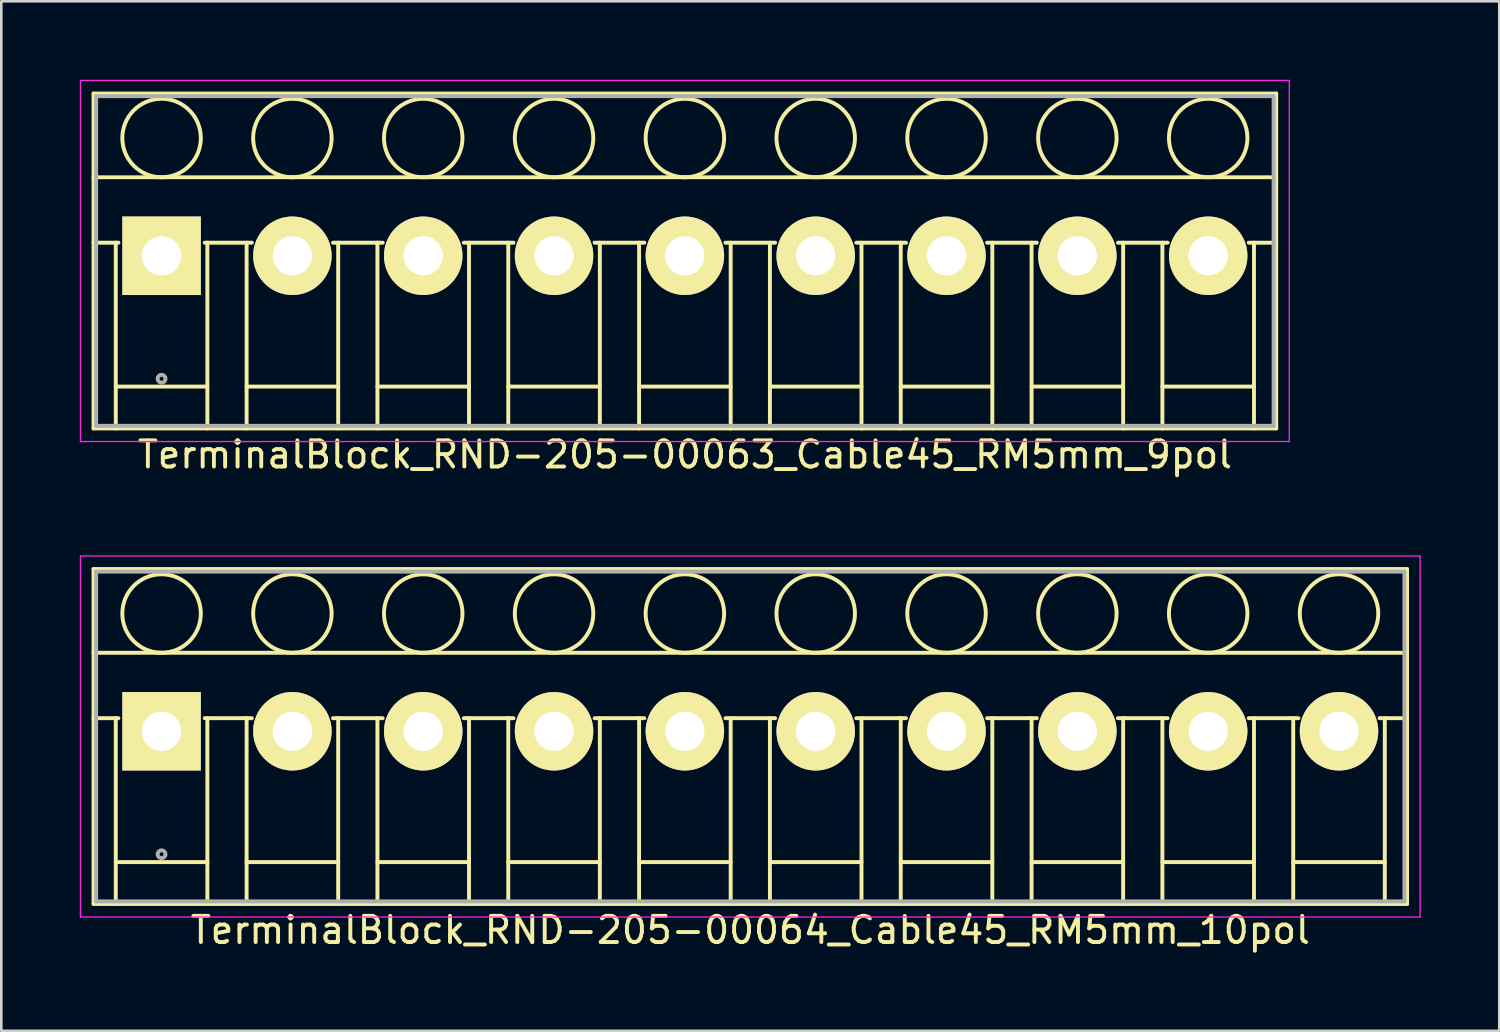
<source format=kicad_pcb>
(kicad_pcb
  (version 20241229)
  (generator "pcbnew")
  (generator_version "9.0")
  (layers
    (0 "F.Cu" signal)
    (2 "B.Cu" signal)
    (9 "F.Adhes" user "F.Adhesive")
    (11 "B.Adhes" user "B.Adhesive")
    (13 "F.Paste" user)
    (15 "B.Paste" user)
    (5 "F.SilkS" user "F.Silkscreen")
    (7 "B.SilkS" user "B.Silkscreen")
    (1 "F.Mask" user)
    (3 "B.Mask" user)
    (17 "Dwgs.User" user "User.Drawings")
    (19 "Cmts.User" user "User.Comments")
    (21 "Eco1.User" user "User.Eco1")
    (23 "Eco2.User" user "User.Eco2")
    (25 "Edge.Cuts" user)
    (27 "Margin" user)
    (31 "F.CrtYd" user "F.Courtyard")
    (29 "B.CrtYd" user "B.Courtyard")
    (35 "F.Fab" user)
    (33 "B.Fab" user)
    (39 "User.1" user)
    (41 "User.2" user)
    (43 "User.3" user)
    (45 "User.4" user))
  (footprint "TerminalBlock_RND-205-00063_Cable45_RM5mm_9pol"
    (layer "F.Cu")
    (at 3.125 6.725)
    (property "Reference" "TerminalBlock_RND-205-00063_Cable45_RM5mm_9pol" (at 20 7.6 0) (layer "F.SilkS") (effects (font (size 1 1) (thickness 0.15))))
    (attr through_hole)
    (fp_line (start -2.6 -6.2) (end 42.6 -6.2) (stroke (width 0.15) (type solid)) (layer "F.SilkS"))
    (fp_line (start -2.6 -3) (end 42.6 -3) (stroke (width 0.15) (type solid)) (layer "F.SilkS"))
    (fp_line (start -2.6 -0.5) (end -1.65 -0.5) (stroke (width 0.15) (type solid)) (layer "F.SilkS"))
    (fp_line (start -2.6 6.6) (end -2.6 -6.2) (stroke (width 0.15) (type solid)) (layer "F.SilkS"))
    (fp_line (start -1.75 -0.5) (end -1.75 6.6) (stroke (width 0.15) (type solid)) (layer "F.SilkS"))
    (fp_line (start -1.75 5) (end 1.75 5) (stroke (width 0.15) (type solid)) (layer "F.SilkS"))
    (fp_line (start 1.65 -0.5) (end 3.45 -0.5) (stroke (width 0.15) (type solid)) (layer "F.SilkS"))
    (fp_line (start 1.75 6.6) (end 1.75 -0.5) (stroke (width 0.15) (type solid)) (layer "F.SilkS"))
    (fp_line (start 3.25 -0.5) (end 3.25 6.6) (stroke (width 0.15) (type solid)) (layer "F.SilkS"))
    (fp_line (start 3.25 5) (end 6.75 5) (stroke (width 0.15) (type solid)) (layer "F.SilkS"))
    (fp_line (start 6.55 -0.5) (end 8.45 -0.5) (stroke (width 0.15) (type solid)) (layer "F.SilkS"))
    (fp_line (start 6.75 6.6) (end 6.75 -0.5) (stroke (width 0.15) (type solid)) (layer "F.SilkS"))
    (fp_line (start 8.25 -0.5) (end 8.25 6.6) (stroke (width 0.15) (type solid)) (layer "F.SilkS"))
    (fp_line (start 8.25 5) (end 11.75 5) (stroke (width 0.15) (type solid)) (layer "F.SilkS"))
    (fp_line (start 11.55 -0.5) (end 13.45 -0.5) (stroke (width 0.15) (type solid)) (layer "F.SilkS"))
    (fp_line (start 11.75 6.6) (end 11.75 -0.5) (stroke (width 0.15) (type solid)) (layer "F.SilkS"))
    (fp_line (start 13.25 -0.5) (end 13.25 6.6) (stroke (width 0.15) (type solid)) (layer "F.SilkS"))
    (fp_line (start 13.25 5) (end 16.75 5) (stroke (width 0.15) (type solid)) (layer "F.SilkS"))
    (fp_line (start 16.55 -0.5) (end 18.45 -0.5) (stroke (width 0.15) (type solid)) (layer "F.SilkS"))
    (fp_line (start 16.75 6.6) (end 16.75 -0.5) (stroke (width 0.15) (type solid)) (layer "F.SilkS"))
    (fp_line (start 18.25 -0.5) (end 18.25 6.6) (stroke (width 0.15) (type solid)) (layer "F.SilkS"))
    (fp_line (start 18.25 5) (end 21.75 5) (stroke (width 0.15) (type solid)) (layer "F.SilkS"))
    (fp_line (start 21.55 -0.5) (end 23.45 -0.5) (stroke (width 0.15) (type solid)) (layer "F.SilkS"))
    (fp_line (start 21.75 6.6) (end 21.75 -0.5) (stroke (width 0.15) (type solid)) (layer "F.SilkS"))
    (fp_line (start 23.25 -0.5) (end 23.25 6.6) (stroke (width 0.15) (type solid)) (layer "F.SilkS"))
    (fp_line (start 23.25 5) (end 26.75 5) (stroke (width 0.15) (type solid)) (layer "F.SilkS"))
    (fp_line (start 26.55 -0.5) (end 28.45 -0.5) (stroke (width 0.15) (type solid)) (layer "F.SilkS"))
    (fp_line (start 26.75 6.6) (end 26.75 -0.5) (stroke (width 0.15) (type solid)) (layer "F.SilkS"))
    (fp_line (start 28.25 -0.5) (end 28.25 6.6) (stroke (width 0.15) (type solid)) (layer "F.SilkS"))
    (fp_line (start 28.25 5) (end 31.75 5) (stroke (width 0.15) (type solid)) (layer "F.SilkS"))
    (fp_line (start 31.55 -0.5) (end 33.45 -0.5) (stroke (width 0.15) (type solid)) (layer "F.SilkS"))
    (fp_line (start 31.75 6.6) (end 31.75 -0.5) (stroke (width 0.15) (type solid)) (layer "F.SilkS"))
    (fp_line (start 33.25 -0.5) (end 33.25 6.6) (stroke (width 0.15) (type solid)) (layer "F.SilkS"))
    (fp_line (start 33.25 5) (end 36.75 5) (stroke (width 0.15) (type solid)) (layer "F.SilkS"))
    (fp_line (start 36.55 -0.5) (end 38.45 -0.5) (stroke (width 0.15) (type solid)) (layer "F.SilkS"))
    (fp_line (start 36.75 6.6) (end 36.75 -0.5) (stroke (width 0.15) (type solid)) (layer "F.SilkS"))
    (fp_line (start 38.25 -0.5) (end 38.25 6.6) (stroke (width 0.15) (type solid)) (layer "F.SilkS"))
    (fp_line (start 38.25 5) (end 41.75 5) (stroke (width 0.15) (type solid)) (layer "F.SilkS"))
    (fp_line (start 41.55 -0.5) (end 42.6 -0.5) (stroke (width 0.15) (type solid)) (layer "F.SilkS"))
    (fp_line (start 41.75 6.6) (end 41.75 -0.5) (stroke (width 0.15) (type solid)) (layer "F.SilkS"))
    (fp_line (start 42.6 -6.2) (end 42.6 6.6) (stroke (width 0.15) (type solid)) (layer "F.SilkS"))
    (fp_line (start 42.6 6.6) (end -2.6 6.6) (stroke (width 0.15) (type solid)) (layer "F.SilkS"))
    (fp_circle (center 0 -4.5) (end -1.5 -4.5) (stroke (width 0.15) (type solid)) (fill no) (layer "F.SilkS"))
    (fp_circle (center 5 -4.5) (end 3.5 -4.5) (stroke (width 0.15) (type solid)) (fill no) (layer "F.SilkS"))
    (fp_circle (center 10 -4.5) (end 8.5 -4.5) (stroke (width 0.15) (type solid)) (fill no) (layer "F.SilkS"))
    (fp_circle (center 15 -4.5) (end 13.5 -4.5) (stroke (width 0.15) (type solid)) (fill no) (layer "F.SilkS"))
    (fp_circle (center 20 -4.5) (end 18.5 -4.5) (stroke (width 0.15) (type solid)) (fill no) (layer "F.SilkS"))
    (fp_circle (center 25 -4.5) (end 23.5 -4.5) (stroke (width 0.15) (type solid)) (fill no) (layer "F.SilkS"))
    (fp_circle (center 30 -4.5) (end 28.5 -4.5) (stroke (width 0.15) (type solid)) (fill no) (layer "F.SilkS"))
    (fp_circle (center 35 -4.5) (end 33.5 -4.5) (stroke (width 0.15) (type solid)) (fill no) (layer "F.SilkS"))
    (fp_circle (center 40 -4.5) (end 38.5 -4.5) (stroke (width 0.15) (type solid)) (fill no) (layer "F.SilkS"))
    (fp_line (start -3.1 -6.7) (end 43.1 -6.7) (stroke (width 0.05) (type solid)) (layer "F.CrtYd"))
    (fp_line (start -3.1 7.1) (end -3.1 -6.7) (stroke (width 0.05) (type solid)) (layer "F.CrtYd"))
    (fp_line (start 43.1 -6.7) (end 43.1 7.1) (stroke (width 0.05) (type solid)) (layer "F.CrtYd"))
    (fp_line (start 43.1 7.1) (end -3.1 7.1) (stroke (width 0.05) (type solid)) (layer "F.CrtYd"))
    (fp_line (start -2.5 -6.1) (end 42.5 -6.1) (stroke (width 0.15) (type solid)) (layer "F.Fab"))
    (fp_line (start -2.5 6.5) (end -2.5 -6.1) (stroke (width 0.15) (type solid)) (layer "F.Fab"))
    (fp_line (start 42.5 -6.1) (end 42.5 6.5) (stroke (width 0.15) (type solid)) (layer "F.Fab"))
    (fp_line (start 42.5 6.5) (end -2.5 6.5) (stroke (width 0.15) (type solid)) (layer "F.Fab"))
    (fp_circle (center 0 4.7) (end -0.15 4.7) (stroke (width 0.15) (type solid)) (fill no) (layer "F.Fab"))
    (pad "1" thru_hole rect (at 0 0) (size 3 3) (drill 1.5) (layers "*.Cu" "*.Mask" "F.SilkS"))
    (pad "2" thru_hole circle (at 5 0) (size 3 3) (drill 1.5) (layers "*.Cu" "*.Mask" "F.SilkS"))
    (pad "3" thru_hole circle (at 10 0) (size 3 3) (drill 1.5) (layers "*.Cu" "*.Mask" "F.SilkS"))
    (pad "4" thru_hole circle (at 15 0) (size 3 3) (drill 1.5) (layers "*.Cu" "*.Mask" "F.SilkS"))
    (pad "5" thru_hole circle (at 20 0) (size 3 3) (drill 1.5) (layers "*.Cu" "*.Mask" "F.SilkS"))
    (pad "6" thru_hole circle (at 25 0) (size 3 3) (drill 1.5) (layers "*.Cu" "*.Mask" "F.SilkS"))
    (pad "7" thru_hole circle (at 30 0) (size 3 3) (drill 1.5) (layers "*.Cu" "*.Mask" "F.SilkS"))
    (pad "8" thru_hole circle (at 35 0) (size 3 3) (drill 1.5) (layers "*.Cu" "*.Mask" "F.SilkS"))
    (pad "9" thru_hole circle (at 40 0) (size 3 3) (drill 1.5) (layers "*.Cu" "*.Mask" "F.SilkS")))
  (footprint "TerminalBlock_RND-205-00064_Cable45_RM5mm_10pol"
    (layer "F.Cu")
    (at 3.125 24.898)
    (property "Reference" "TerminalBlock_RND-205-00064_Cable45_RM5mm_10pol" (at 22.5 7.6 0) (layer "F.SilkS") (effects (font (size 1 1) (thickness 0.15))))
    (attr through_hole)
    (fp_line (start -2.6 -6.2) (end 47.6 -6.2) (stroke (width 0.15) (type solid)) (layer "F.SilkS"))
    (fp_line (start -2.6 -3) (end 47.6 -3) (stroke (width 0.15) (type solid)) (layer "F.SilkS"))
    (fp_line (start -2.6 -0.5) (end -1.65 -0.5) (stroke (width 0.15) (type solid)) (layer "F.SilkS"))
    (fp_line (start -2.6 6.6) (end -2.6 -6.2) (stroke (width 0.15) (type solid)) (layer "F.SilkS"))
    (fp_line (start -1.75 -0.5) (end -1.75 6.6) (stroke (width 0.15) (type solid)) (layer "F.SilkS"))
    (fp_line (start -1.75 5) (end 1.75 5) (stroke (width 0.15) (type solid)) (layer "F.SilkS"))
    (fp_line (start 1.65 -0.5) (end 3.45 -0.5) (stroke (width 0.15) (type solid)) (layer "F.SilkS"))
    (fp_line (start 1.75 6.6) (end 1.75 -0.5) (stroke (width 0.15) (type solid)) (layer "F.SilkS"))
    (fp_line (start 3.25 -0.5) (end 3.25 6.6) (stroke (width 0.15) (type solid)) (layer "F.SilkS"))
    (fp_line (start 3.25 5) (end 6.75 5) (stroke (width 0.15) (type solid)) (layer "F.SilkS"))
    (fp_line (start 6.55 -0.5) (end 8.45 -0.5) (stroke (width 0.15) (type solid)) (layer "F.SilkS"))
    (fp_line (start 6.75 6.6) (end 6.75 -0.5) (stroke (width 0.15) (type solid)) (layer "F.SilkS"))
    (fp_line (start 8.25 -0.5) (end 8.25 6.6) (stroke (width 0.15) (type solid)) (layer "F.SilkS"))
    (fp_line (start 8.25 5) (end 11.75 5) (stroke (width 0.15) (type solid)) (layer "F.SilkS"))
    (fp_line (start 11.55 -0.5) (end 13.45 -0.5) (stroke (width 0.15) (type solid)) (layer "F.SilkS"))
    (fp_line (start 11.75 6.6) (end 11.75 -0.5) (stroke (width 0.15) (type solid)) (layer "F.SilkS"))
    (fp_line (start 13.25 -0.5) (end 13.25 6.6) (stroke (width 0.15) (type solid)) (layer "F.SilkS"))
    (fp_line (start 13.25 5) (end 16.75 5) (stroke (width 0.15) (type solid)) (layer "F.SilkS"))
    (fp_line (start 16.55 -0.5) (end 18.45 -0.5) (stroke (width 0.15) (type solid)) (layer "F.SilkS"))
    (fp_line (start 16.75 6.6) (end 16.75 -0.5) (stroke (width 0.15) (type solid)) (layer "F.SilkS"))
    (fp_line (start 18.25 -0.5) (end 18.25 6.6) (stroke (width 0.15) (type solid)) (layer "F.SilkS"))
    (fp_line (start 18.25 5) (end 21.75 5) (stroke (width 0.15) (type solid)) (layer "F.SilkS"))
    (fp_line (start 21.55 -0.5) (end 23.45 -0.5) (stroke (width 0.15) (type solid)) (layer "F.SilkS"))
    (fp_line (start 21.75 6.6) (end 21.75 -0.5) (stroke (width 0.15) (type solid)) (layer "F.SilkS"))
    (fp_line (start 23.25 -0.5) (end 23.25 6.6) (stroke (width 0.15) (type solid)) (layer "F.SilkS"))
    (fp_line (start 23.25 5) (end 26.75 5) (stroke (width 0.15) (type solid)) (layer "F.SilkS"))
    (fp_line (start 26.55 -0.5) (end 28.45 -0.5) (stroke (width 0.15) (type solid)) (layer "F.SilkS"))
    (fp_line (start 26.75 6.6) (end 26.75 -0.5) (stroke (width 0.15) (type solid)) (layer "F.SilkS"))
    (fp_line (start 28.25 -0.5) (end 28.25 6.6) (stroke (width 0.15) (type solid)) (layer "F.SilkS"))
    (fp_line (start 28.25 5) (end 31.75 5) (stroke (width 0.15) (type solid)) (layer "F.SilkS"))
    (fp_line (start 31.55 -0.5) (end 33.45 -0.5) (stroke (width 0.15) (type solid)) (layer "F.SilkS"))
    (fp_line (start 31.75 6.6) (end 31.75 -0.5) (stroke (width 0.15) (type solid)) (layer "F.SilkS"))
    (fp_line (start 33.25 -0.5) (end 33.25 6.6) (stroke (width 0.15) (type solid)) (layer "F.SilkS"))
    (fp_line (start 33.25 5) (end 36.75 5) (stroke (width 0.15) (type solid)) (layer "F.SilkS"))
    (fp_line (start 36.55 -0.5) (end 38.45 -0.5) (stroke (width 0.15) (type solid)) (layer "F.SilkS"))
    (fp_line (start 36.75 6.6) (end 36.75 -0.5) (stroke (width 0.15) (type solid)) (layer "F.SilkS"))
    (fp_line (start 38.25 -0.5) (end 38.25 6.6) (stroke (width 0.15) (type solid)) (layer "F.SilkS"))
    (fp_line (start 38.25 5) (end 41.75 5) (stroke (width 0.15) (type solid)) (layer "F.SilkS"))
    (fp_line (start 41.55 -0.5) (end 43.45 -0.5) (stroke (width 0.15) (type solid)) (layer "F.SilkS"))
    (fp_line (start 41.75 6.6) (end 41.75 -0.5) (stroke (width 0.15) (type solid)) (layer "F.SilkS"))
    (fp_line (start 43.25 -0.5) (end 43.25 6.6) (stroke (width 0.15) (type solid)) (layer "F.SilkS"))
    (fp_line (start 43.25 5) (end 46.75 5) (stroke (width 0.15) (type solid)) (layer "F.SilkS"))
    (fp_line (start 46.55 -0.5) (end 47.6 -0.5) (stroke (width 0.15) (type solid)) (layer "F.SilkS"))
    (fp_line (start 46.75 6.6) (end 46.75 -0.5) (stroke (width 0.15) (type solid)) (layer "F.SilkS"))
    (fp_line (start 47.6 -6.2) (end 47.6 6.6) (stroke (width 0.15) (type solid)) (layer "F.SilkS"))
    (fp_line (start 47.6 6.6) (end -2.6 6.6) (stroke (width 0.15) (type solid)) (layer "F.SilkS"))
    (fp_circle (center 0 -4.5) (end -1.5 -4.5) (stroke (width 0.15) (type solid)) (fill no) (layer "F.SilkS"))
    (fp_circle (center 5 -4.5) (end 3.5 -4.5) (stroke (width 0.15) (type solid)) (fill no) (layer "F.SilkS"))
    (fp_circle (center 10 -4.5) (end 8.5 -4.5) (stroke (width 0.15) (type solid)) (fill no) (layer "F.SilkS"))
    (fp_circle (center 15 -4.5) (end 13.5 -4.5) (stroke (width 0.15) (type solid)) (fill no) (layer "F.SilkS"))
    (fp_circle (center 20 -4.5) (end 18.5 -4.5) (stroke (width 0.15) (type solid)) (fill no) (layer "F.SilkS"))
    (fp_circle (center 25 -4.5) (end 23.5 -4.5) (stroke (width 0.15) (type solid)) (fill no) (layer "F.SilkS"))
    (fp_circle (center 30 -4.5) (end 28.5 -4.5) (stroke (width 0.15) (type solid)) (fill no) (layer "F.SilkS"))
    (fp_circle (center 35 -4.5) (end 33.5 -4.5) (stroke (width 0.15) (type solid)) (fill no) (layer "F.SilkS"))
    (fp_circle (center 40 -4.5) (end 38.5 -4.5) (stroke (width 0.15) (type solid)) (fill no) (layer "F.SilkS"))
    (fp_circle (center 45 -4.5) (end 43.5 -4.5) (stroke (width 0.15) (type solid)) (fill no) (layer "F.SilkS"))
    (fp_line (start -3.1 -6.7) (end 48.1 -6.7) (stroke (width 0.05) (type solid)) (layer "F.CrtYd"))
    (fp_line (start -3.1 7.1) (end -3.1 -6.7) (stroke (width 0.05) (type solid)) (layer "F.CrtYd"))
    (fp_line (start 48.1 -6.7) (end 48.1 7.1) (stroke (width 0.05) (type solid)) (layer "F.CrtYd"))
    (fp_line (start 48.1 7.1) (end -3.1 7.1) (stroke (width 0.05) (type solid)) (layer "F.CrtYd"))
    (fp_line (start -2.5 -6.1) (end 47.5 -6.1) (stroke (width 0.15) (type solid)) (layer "F.Fab"))
    (fp_line (start -2.5 6.5) (end -2.5 -6.1) (stroke (width 0.15) (type solid)) (layer "F.Fab"))
    (fp_line (start 47.5 -6.1) (end 47.5 6.5) (stroke (width 0.15) (type solid)) (layer "F.Fab"))
    (fp_line (start 47.5 6.5) (end -2.5 6.5) (stroke (width 0.15) (type solid)) (layer "F.Fab"))
    (fp_circle (center 0 4.7) (end -0.15 4.7) (stroke (width 0.15) (type solid)) (fill no) (layer "F.Fab"))
    (pad "1" thru_hole rect (at 0 0) (size 3 3) (drill 1.5) (layers "*.Cu" "*.Mask" "F.SilkS"))
    (pad "2" thru_hole circle (at 5 0) (size 3 3) (drill 1.5) (layers "*.Cu" "*.Mask" "F.SilkS"))
    (pad "3" thru_hole circle (at 10 0) (size 3 3) (drill 1.5) (layers "*.Cu" "*.Mask" "F.SilkS"))
    (pad "4" thru_hole circle (at 15 0) (size 3 3) (drill 1.5) (layers "*.Cu" "*.Mask" "F.SilkS"))
    (pad "5" thru_hole circle (at 20 0) (size 3 3) (drill 1.5) (layers "*.Cu" "*.Mask" "F.SilkS"))
    (pad "6" thru_hole circle (at 25 0) (size 3 3) (drill 1.5) (layers "*.Cu" "*.Mask" "F.SilkS"))
    (pad "7" thru_hole circle (at 30 0) (size 3 3) (drill 1.5) (layers "*.Cu" "*.Mask" "F.SilkS"))
    (pad "8" thru_hole circle (at 35 0) (size 3 3) (drill 1.5) (layers "*.Cu" "*.Mask" "F.SilkS"))
    (pad "9" thru_hole circle (at 40 0) (size 3 3) (drill 1.5) (layers "*.Cu" "*.Mask" "F.SilkS"))
    (pad "10" thru_hole circle (at 45 0) (size 3 3) (drill 1.5) (layers "*.Cu" "*.Mask" "F.SilkS")))
  (gr_rect
    (start -3 -3)
    (end 54.25 36.346)
    (stroke (width 0.1) (type default))
    (fill no)
    (layer "Edge.Cuts")))
</source>
